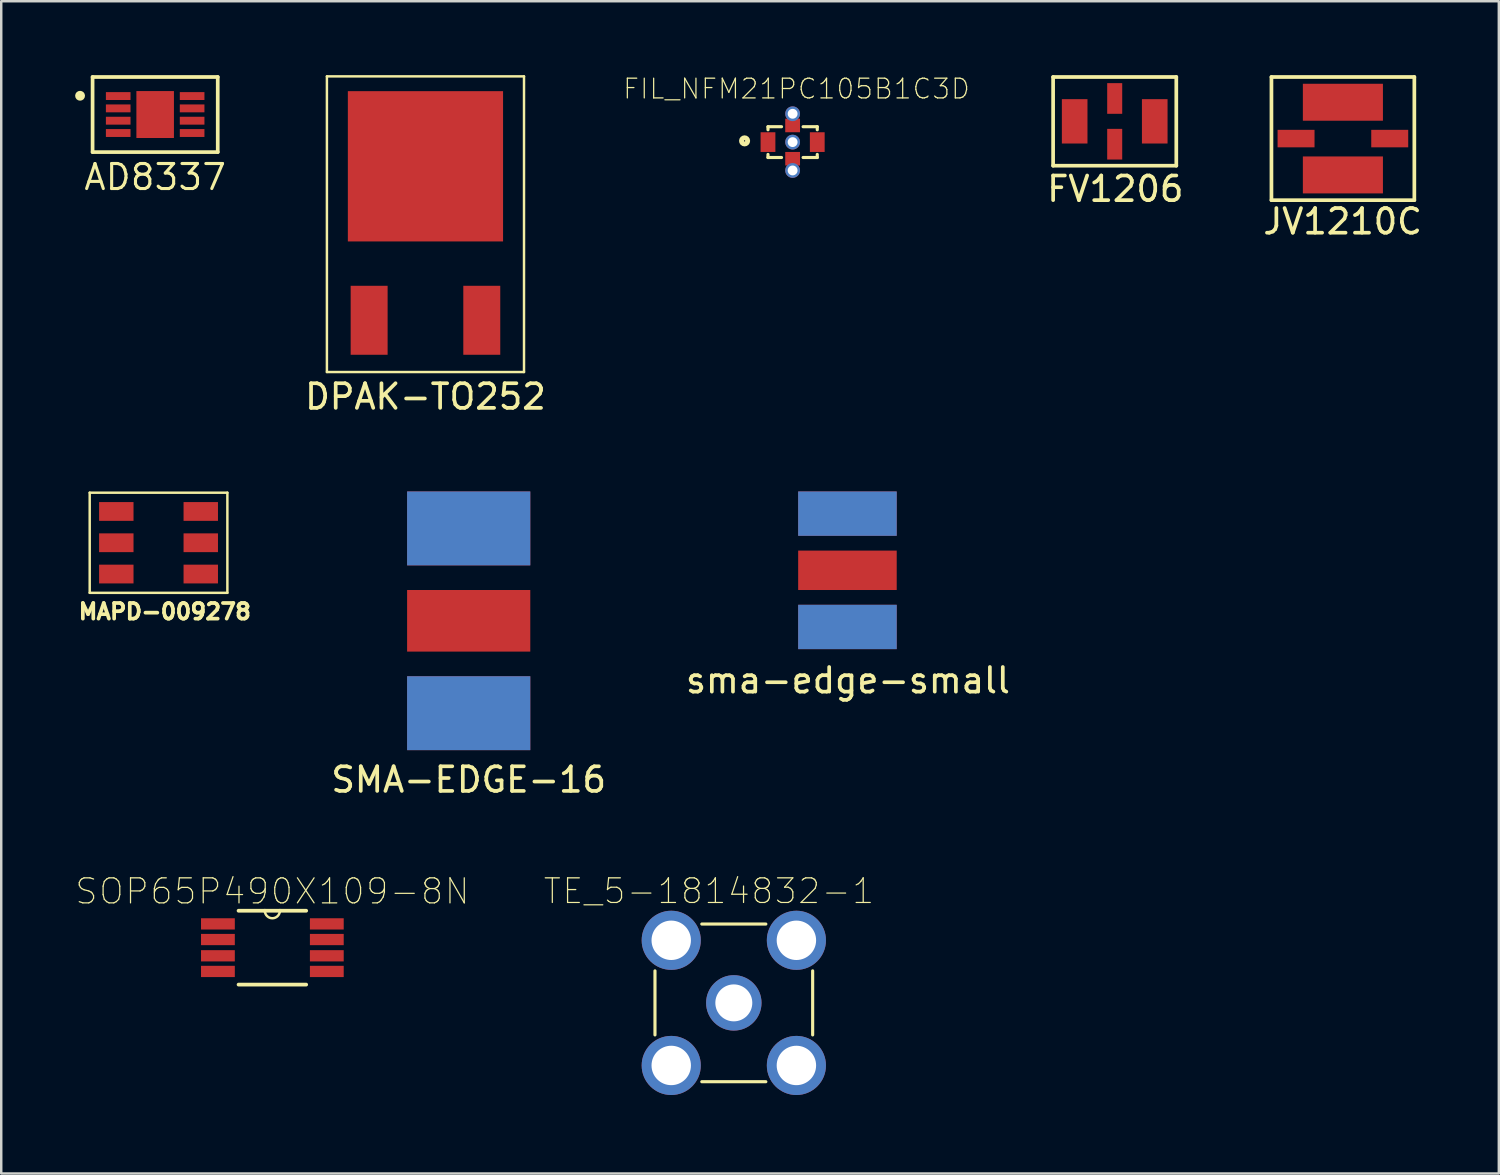
<source format=kicad_pcb>
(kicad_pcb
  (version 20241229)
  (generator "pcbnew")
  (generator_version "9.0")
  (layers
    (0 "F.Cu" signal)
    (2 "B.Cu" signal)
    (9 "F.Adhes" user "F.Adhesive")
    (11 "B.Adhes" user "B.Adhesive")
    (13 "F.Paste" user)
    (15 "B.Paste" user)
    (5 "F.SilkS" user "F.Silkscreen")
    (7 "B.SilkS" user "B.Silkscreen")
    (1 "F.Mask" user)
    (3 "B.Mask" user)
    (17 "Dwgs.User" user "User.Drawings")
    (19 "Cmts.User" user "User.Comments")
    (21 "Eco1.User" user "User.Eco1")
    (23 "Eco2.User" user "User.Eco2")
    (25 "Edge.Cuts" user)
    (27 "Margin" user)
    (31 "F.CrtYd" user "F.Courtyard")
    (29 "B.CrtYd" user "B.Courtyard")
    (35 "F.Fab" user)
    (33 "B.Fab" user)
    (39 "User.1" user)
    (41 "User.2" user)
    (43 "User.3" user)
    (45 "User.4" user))
  (footprint "AD8337"
    (layer "F.Cu")
    (at 3.248 1.599)
    (property "Reference" "AD8337" (at 0 2.54 0) (layer "F.SilkS") (effects (font (size 1.016 1.016) (thickness 0.125))))
    (attr through_hole)
    (fp_line (start -2.54 -1.524) (end 2.54 -1.524) (stroke (width 0.15) (type solid)) (layer "F.SilkS"))
    (fp_line (start -2.54 1.524) (end -2.54 -1.524) (stroke (width 0.15) (type solid)) (layer "F.SilkS"))
    (fp_line (start 2.54 -1.524) (end 2.54 1.524) (stroke (width 0.15) (type solid)) (layer "F.SilkS"))
    (fp_line (start 2.54 1.524) (end -2.54 1.524) (stroke (width 0.15) (type solid)) (layer "F.SilkS"))
    (fp_circle (center -3.048 -0.762) (end -2.948 -0.762) (stroke (width 0.2) (type solid)) (fill no) (layer "F.SilkS"))
    (pad "1" smd rect (at -1.5 -0.75) (size 1 0.32) (layers "F.Cu" "F.Mask" "F.Paste"))
    (pad "2" smd rect (at -1.5 -0.25) (size 1 0.32) (layers "F.Cu" "F.Mask" "F.Paste"))
    (pad "3" smd rect (at -1.5 0.25) (size 1 0.32) (layers "F.Cu" "F.Mask" "F.Paste"))
    (pad "4" smd rect (at -1.5 0.75) (size 1 0.32) (layers "F.Cu" "F.Mask" "F.Paste"))
    (pad "5" smd rect (at 1.5 0.75) (size 1 0.32) (layers "F.Cu" "F.Mask" "F.Paste"))
    (pad "6" smd rect (at 0 0) (size 1.524 1.905) (layers "F.Cu" "F.Mask" "F.Paste"))
    (pad "6" smd rect (at 1.5 0.25) (size 1 0.32) (layers "F.Cu" "F.Mask" "F.Paste"))
    (pad "7" smd rect (at 1.5 -0.25) (size 1 0.32) (layers "F.Cu" "F.Mask" "F.Paste"))
    (pad "8" smd rect (at 1.5 -0.75) (size 1 0.32) (layers "F.Cu" "F.Mask" "F.Paste")))
  (footprint "SOP65P490X109-8N"
    (layer "F.Cu")
    (at 8.005 35.415)
    (property "Reference" "SOP65P490X109-8N" (at 0 -2.286 0) (layer "F.SilkS") (effects (font (size 1.016 1.016) (thickness 0.05))))
    (attr smd)
    (fp_line (start -1.372 1.499) (end 1.372 1.499) (stroke (width 0.152) (type solid)) (layer "F.SilkS"))
    (fp_line (start -0.305 -1.499) (end -1.372 -1.499) (stroke (width 0.152) (type solid)) (layer "F.SilkS"))
    (fp_line (start 0.305 -1.499) (end -0.305 -1.499) (stroke (width 0.152) (type solid)) (layer "F.SilkS"))
    (fp_line (start 1.372 -1.499) (end 0.305 -1.499) (stroke (width 0.152) (type solid)) (layer "F.SilkS"))
    (fp_arc (start 0.3048 -1.4986) (mid 0 -1.1938) (end -0.3048 -1.4986) (stroke (width 0.1) (type solid)) (layer "F.SilkS"))
    (fp_line (start -2.515 -1.168) (end -2.515 -0.787) (stroke (width 0.152) (type solid)) (layer "Eco2.User"))
    (fp_line (start -2.515 -0.787) (end -1.499 -0.787) (stroke (width 0.152) (type solid)) (layer "Eco2.User"))
    (fp_line (start -2.515 -0.533) (end -2.515 -0.127) (stroke (width 0.152) (type solid)) (layer "Eco2.User"))
    (fp_line (start -2.515 -0.127) (end -1.499 -0.127) (stroke (width 0.152) (type solid)) (layer "Eco2.User"))
    (fp_line (start -2.515 0.127) (end -2.515 0.533) (stroke (width 0.152) (type solid)) (layer "Eco2.User"))
    (fp_line (start -2.515 0.533) (end -1.499 0.533) (stroke (width 0.152) (type solid)) (layer "Eco2.User"))
    (fp_line (start -2.515 0.787) (end -2.515 1.168) (stroke (width 0.152) (type solid)) (layer "Eco2.User"))
    (fp_line (start -2.515 1.168) (end -1.499 1.168) (stroke (width 0.152) (type solid)) (layer "Eco2.User"))
    (fp_line (start -1.499 -1.499) (end -1.499 1.499) (stroke (width 0.152) (type solid)) (layer "Eco2.User"))
    (fp_line (start -1.499 -1.168) (end -2.515 -1.168) (stroke (width 0.152) (type solid)) (layer "Eco2.User"))
    (fp_line (start -1.499 -0.787) (end -1.499 -1.168) (stroke (width 0.152) (type solid)) (layer "Eco2.User"))
    (fp_line (start -1.499 -0.533) (end -2.515 -0.533) (stroke (width 0.152) (type solid)) (layer "Eco2.User"))
    (fp_line (start -1.499 -0.127) (end -1.499 -0.533) (stroke (width 0.152) (type solid)) (layer "Eco2.User"))
    (fp_line (start -1.499 0.127) (end -2.515 0.127) (stroke (width 0.152) (type solid)) (layer "Eco2.User"))
    (fp_line (start -1.499 0.533) (end -1.499 0.127) (stroke (width 0.152) (type solid)) (layer "Eco2.User"))
    (fp_line (start -1.499 0.787) (end -2.515 0.787) (stroke (width 0.152) (type solid)) (layer "Eco2.User"))
    (fp_line (start -1.499 1.168) (end -1.499 0.787) (stroke (width 0.152) (type solid)) (layer "Eco2.User"))
    (fp_line (start -1.499 1.499) (end 1.499 1.499) (stroke (width 0.152) (type solid)) (layer "Eco2.User"))
    (fp_line (start -0.305 -1.499) (end -1.499 -1.499) (stroke (width 0.152) (type solid)) (layer "Eco2.User"))
    (fp_line (start 0.305 -1.499) (end -0.305 -1.499) (stroke (width 0.152) (type solid)) (layer "Eco2.User"))
    (fp_line (start 1.499 -1.499) (end 0.305 -1.499) (stroke (width 0.152) (type solid)) (layer "Eco2.User"))
    (fp_line (start 1.499 -1.168) (end 1.499 -0.787) (stroke (width 0.152) (type solid)) (layer "Eco2.User"))
    (fp_line (start 1.499 -0.787) (end 2.515 -0.787) (stroke (width 0.152) (type solid)) (layer "Eco2.User"))
    (fp_line (start 1.499 -0.533) (end 1.499 -0.127) (stroke (width 0.152) (type solid)) (layer "Eco2.User"))
    (fp_line (start 1.499 -0.127) (end 2.515 -0.127) (stroke (width 0.152) (type solid)) (layer "Eco2.User"))
    (fp_line (start 1.499 0.127) (end 1.499 0.533) (stroke (width 0.152) (type solid)) (layer "Eco2.User"))
    (fp_line (start 1.499 0.533) (end 2.515 0.533) (stroke (width 0.152) (type solid)) (layer "Eco2.User"))
    (fp_line (start 1.499 0.787) (end 1.499 1.168) (stroke (width 0.152) (type solid)) (layer "Eco2.User"))
    (fp_line (start 1.499 1.168) (end 2.515 1.168) (stroke (width 0.152) (type solid)) (layer "Eco2.User"))
    (fp_line (start 1.499 1.499) (end 1.499 -1.499) (stroke (width 0.152) (type solid)) (layer "Eco2.User"))
    (fp_line (start 2.515 -1.168) (end 1.499 -1.168) (stroke (width 0.152) (type solid)) (layer "Eco2.User"))
    (fp_line (start 2.515 -0.787) (end 2.515 -1.168) (stroke (width 0.152) (type solid)) (layer "Eco2.User"))
    (fp_line (start 2.515 -0.533) (end 1.499 -0.533) (stroke (width 0.152) (type solid)) (layer "Eco2.User"))
    (fp_line (start 2.515 -0.127) (end 2.515 -0.533) (stroke (width 0.152) (type solid)) (layer "Eco2.User"))
    (fp_line (start 2.515 0.127) (end 1.499 0.127) (stroke (width 0.152) (type solid)) (layer "Eco2.User"))
    (fp_line (start 2.515 0.533) (end 2.515 0.127) (stroke (width 0.152) (type solid)) (layer "Eco2.User"))
    (fp_line (start 2.515 0.787) (end 1.499 0.787) (stroke (width 0.152) (type solid)) (layer "Eco2.User"))
    (fp_line (start 2.515 1.168) (end 2.515 0.787) (stroke (width 0.152) (type solid)) (layer "Eco2.User"))
    (fp_arc (start 0.3048 -1.4986) (mid 0 -1.1938) (end -0.3048 -1.4986) (stroke (width 0.1) (type solid)) (layer "Eco2.User"))
    (pad "1" smd rect (at -2.21 -0.965) (size 1.372 0.457) (layers "F.Cu" "F.Mask" "F.Paste"))
    (pad "2" smd rect (at -2.21 -0.33) (size 1.372 0.457) (layers "F.Cu" "F.Mask" "F.Paste"))
    (pad "3" smd rect (at -2.21 0.33) (size 1.372 0.457) (layers "F.Cu" "F.Mask" "F.Paste"))
    (pad "4" smd rect (at -2.21 0.965) (size 1.372 0.457) (layers "F.Cu" "F.Mask" "F.Paste"))
    (pad "5" smd rect (at 2.21 0.965) (size 1.372 0.457) (layers "F.Cu" "F.Mask" "F.Paste"))
    (pad "6" smd rect (at 2.21 0.33) (size 1.372 0.457) (layers "F.Cu" "F.Mask" "F.Paste"))
    (pad "7" smd rect (at 2.21 -0.33) (size 1.372 0.457) (layers "F.Cu" "F.Mask" "F.Paste"))
    (pad "8" smd rect (at 2.21 -0.965) (size 1.372 0.457) (layers "F.Cu" "F.Mask" "F.Paste")))
  (footprint "sma-edge-small"
    (layer "F.Cu")
    (at 31.347 20.098)
    (property "Reference" "sma-edge-small" (at 0.02 4.47 0) (layer "F.SilkS") (effects (font (size 1 1) (thickness 0.15))))
    (attr through_hole)
    (pad "1" smd rect (at 0 0) (size 4 1.6) (layers "F.Cu" "F.Mask"))
    (pad "2" smd rect (at 0 -3.2) (size 4 1.8) (drill (offset 0 0.9)) (layers "F.Cu" "F.Mask"))
    (pad "2" smd rect (at 0 -3.2) (size 4 1.8) (drill (offset 0 0.9)) (layers "B.Cu" "B.Mask"))
    (pad "2" smd rect (at 0 3.2) (size 4 1.8) (drill (offset 0 -0.9)) (layers "F.Cu" "F.Mask"))
    (pad "2" smd rect (at 0 3.2) (size 4 1.8) (drill (offset 0 -0.9)) (layers "B.Cu" "B.Mask")))
  (footprint "TE_5-1814832-1"
    (layer "F.Cu")
    (at 26.735 37.656)
    (property "Reference" "TE_5-1814832-1" (at -1.01 -4.536 0) (layer "F.SilkS") (effects (font (size 1 1) (thickness 0.05))))
    (attr through_hole)
    (fp_line (start -3.2 1.3) (end -3.2 -1.3) (stroke (width 0.127) (type solid)) (layer "F.SilkS"))
    (fp_line (start -1.3 -3.2) (end 1.3 -3.2) (stroke (width 0.127) (type solid)) (layer "F.SilkS"))
    (fp_line (start 1.3 3.2) (end -1.3 3.2) (stroke (width 0.127) (type solid)) (layer "F.SilkS"))
    (fp_line (start 3.2 1.3) (end 3.2 -1.3) (stroke (width 0.127) (type solid)) (layer "F.SilkS"))
    (fp_line (start -3.9 -3.9) (end 3.9 -3.9) (stroke (width 0.05) (type solid)) (layer "Eco1.User"))
    (fp_line (start -3.9 3.9) (end -3.9 -3.9) (stroke (width 0.05) (type solid)) (layer "Eco1.User"))
    (fp_line (start 3.9 -3.9) (end 3.9 3.9) (stroke (width 0.05) (type solid)) (layer "Eco1.User"))
    (fp_line (start 3.9 3.9) (end -3.9 3.9) (stroke (width 0.05) (type solid)) (layer "Eco1.User"))
    (fp_line (start -3.2 -3.2) (end 3.2 -3.2) (stroke (width 0.127) (type solid)) (layer "Eco2.User"))
    (fp_line (start -3.2 3.2) (end -3.2 -3.2) (stroke (width 0.127) (type solid)) (layer "Eco2.User"))
    (fp_line (start 3.2 -3.2) (end 3.2 3.2) (stroke (width 0.127) (type solid)) (layer "Eco2.User"))
    (fp_line (start 3.2 3.2) (end -3.2 3.2) (stroke (width 0.127) (type solid)) (layer "Eco2.User"))
    (pad "1" thru_hole circle (at 0 0) (size 2.25 2.25) (drill 1.5) (layers "*.Cu" "*.Mask"))
    (pad "2" thru_hole circle (at -2.54 -2.54) (size 2.4 2.4) (drill 1.6) (layers "*.Cu" "*.Mask"))
    (pad "2" thru_hole circle (at -2.54 2.54) (size 2.4 2.4) (drill 1.6) (layers "*.Cu" "*.Mask"))
    (pad "2" thru_hole circle (at 2.54 -2.54) (size 2.4 2.4) (drill 1.6) (layers "*.Cu" "*.Mask"))
    (pad "2" thru_hole circle (at 2.54 2.54) (size 2.4 2.4) (drill 1.6) (layers "*.Cu" "*.Mask")))
  (footprint "FIL_NFM21PC105B1C3D"
    (layer "F.Cu")
    (at 29.122 2.718)
    (property "Reference" "FIL_NFM21PC105B1C3D" (at 0.157 -2.162 0) (layer "F.SilkS") (effects (font (size 0.801 0.801) (thickness 0.05))))
    (attr smd)
    (fp_poly (pts (xy -1.302 -0.4) (xy -0.7 -0.4) (xy -0.7 0.401) (xy -1.302 0.401)) (stroke (width 0) (type solid)) (fill yes) (layer "F.Mask"))
    (fp_poly (pts (xy -0.3 -0.95) (xy 0.3 -0.95) (xy 0.3 -0.4) (xy -0.3 -0.4)) (stroke (width 0) (type solid)) (fill yes) (layer "F.Mask"))
    (fp_poly (pts (xy -0.3 0.4) (xy 0.3 0.4) (xy 0.3 0.951) (xy -0.3 0.951)) (stroke (width 0) (type solid)) (fill yes) (layer "F.Mask"))
    (fp_poly (pts (xy 0.701 -0.4) (xy 1.3 -0.4) (xy 1.3 0.4) (xy 0.701 0.4)) (stroke (width 0) (type solid)) (fill yes) (layer "F.Mask"))
    (fp_line (start -1 -0.625) (end -0.45 -0.625) (stroke (width 0.127) (type solid)) (layer "F.SilkS"))
    (fp_line (start -1 -0.5) (end -1 -0.625) (stroke (width 0.127) (type solid)) (layer "F.SilkS"))
    (fp_line (start -1 0.5) (end -1 0.625) (stroke (width 0.127) (type solid)) (layer "F.SilkS"))
    (fp_line (start -1 0.625) (end -0.45 0.625) (stroke (width 0.127) (type solid)) (layer "F.SilkS"))
    (fp_line (start 0.425 -0.625) (end 1 -0.625) (stroke (width 0.127) (type solid)) (layer "F.SilkS"))
    (fp_line (start 0.425 0.625) (end 1 0.625) (stroke (width 0.127) (type solid)) (layer "F.SilkS"))
    (fp_line (start 1 -0.625) (end 1 -0.5) (stroke (width 0.127) (type solid)) (layer "F.SilkS"))
    (fp_line (start 1 0.625) (end 1 0.5) (stroke (width 0.127) (type solid)) (layer "F.SilkS"))
    (fp_circle (center -1.95 -0.05) (end -1.825 -0.05) (stroke (width 0.2) (type solid)) (fill no) (layer "F.SilkS"))
    (fp_line (start -1.55 -0.925) (end -0.55 -0.925) (stroke (width 0.05) (type solid)) (layer "Eco1.User"))
    (fp_line (start -1.55 0.975) (end -1.55 -0.925) (stroke (width 0.05) (type solid)) (layer "Eco1.User"))
    (fp_line (start -0.55 -1.7) (end 0.55 -1.7) (stroke (width 0.05) (type solid)) (layer "Eco1.User"))
    (fp_line (start -0.55 -0.925) (end -0.55 -1.7) (stroke (width 0.05) (type solid)) (layer "Eco1.User"))
    (fp_line (start -0.55 0.975) (end -1.55 0.975) (stroke (width 0.05) (type solid)) (layer "Eco1.User"))
    (fp_line (start -0.55 1.7) (end -0.55 0.975) (stroke (width 0.05) (type solid)) (layer "Eco1.User"))
    (fp_line (start 0.55 -1.7) (end 0.55 -0.95) (stroke (width 0.05) (type solid)) (layer "Eco1.User"))
    (fp_line (start 0.55 -0.95) (end 1.55 -0.95) (stroke (width 0.05) (type solid)) (layer "Eco1.User"))
    (fp_line (start 0.55 0.925) (end 0.55 1.7) (stroke (width 0.05) (type solid)) (layer "Eco1.User"))
    (fp_line (start 0.55 1.7) (end -0.55 1.7) (stroke (width 0.05) (type solid)) (layer "Eco1.User"))
    (fp_line (start 1.55 -0.95) (end 1.55 0.925) (stroke (width 0.05) (type solid)) (layer "Eco1.User"))
    (fp_line (start 1.55 0.925) (end 0.55 0.925) (stroke (width 0.05) (type solid)) (layer "Eco1.User"))
    (fp_line (start -1 -0.625) (end -1 0.625) (stroke (width 0.127) (type solid)) (layer "Eco2.User"))
    (fp_line (start -1 0.625) (end 1 0.625) (stroke (width 0.127) (type solid)) (layer "Eco2.User"))
    (fp_line (start 1 -0.625) (end -1 -0.625) (stroke (width 0.127) (type solid)) (layer "Eco2.User"))
    (fp_line (start 1 0.625) (end 1 -0.625) (stroke (width 0.127) (type solid)) (layer "Eco2.User"))
    (pad "1" smd rect (at -1 0) (size 0.6 0.8) (layers "F.Cu" "F.Mask" "F.Paste"))
    (pad "2_1" thru_hole circle (at 0 -1.15) (size 0.6 0.6) (drill 0.4) (layers "*.Cu" "*.Mask"))
    (pad "2_1" smd rect (at 0 -0.675) (size 0.6 0.55) (layers "F.Cu" "F.Mask" "F.Paste"))
    (pad "2_1" thru_hole circle (at 0 0) (size 0.6 0.6) (drill 0.4) (layers "*.Cu" "*.Mask"))
    (pad "2_2" smd rect (at 0 0.675) (size 0.6 0.55) (layers "F.Cu" "F.Mask" "F.Paste"))
    (pad "2_2" thru_hole circle (at 0 1.15) (size 0.6 0.6) (drill 0.4) (layers "*.Cu" "*.Mask"))
    (pad "3" smd rect (at 1 0) (size 0.6 0.8) (layers "F.Cu" "F.Mask" "F.Paste")))
  (footprint "DPAK-TO252"
    (layer "F.Cu")
    (at 14.219 8.55)
    (property "Reference" "DPAK-TO252" (at 0 4.5 0) (layer "F.SilkS") (effects (font (size 1 1) (thickness 0.15))))
    (attr through_hole)
    (fp_line (start -4 -8.5) (end 4 -8.5) (stroke (width 0.1) (type solid)) (layer "F.SilkS"))
    (fp_line (start -4 3.5) (end -4 -8.5) (stroke (width 0.1) (type solid)) (layer "F.SilkS"))
    (fp_line (start 4 -8.5) (end 4 3.5) (stroke (width 0.1) (type solid)) (layer "F.SilkS"))
    (fp_line (start 4 3.5) (end -4 3.5) (stroke (width 0.1) (type solid)) (layer "F.SilkS"))
    (pad "1" smd rect (at -2.286 1.4) (size 1.5 2.8) (layers "F.Cu" "F.Mask" "F.Paste"))
    (pad "3" smd rect (at 2.286 1.4) (size 1.5 2.8) (layers "F.Cu" "F.Mask" "F.Paste"))
    (pad "4" smd rect (at 0 -4.85) (size 6.3 6.1) (layers "F.Cu" "F.Mask" "F.Paste")))
  (footprint "SMA-EDGE-16"
    (layer "F.Cu")
    (at 15.974 27.398)
    (property "Reference" "SMA-EDGE-16" (at 0 1.2 0) (layer "F.SilkS") (effects (font (size 1 1) (thickness 0.15))))
    (attr through_hole)
    (pad "1" smd rect (at 0 -5.25) (size 5 2.5) (layers "F.Cu" "F.Mask" "F.Paste"))
    (pad "2" smd rect (at 0 -7.5) (size 5 3) (drill (offset 0 -1.5)) (layers "F.Cu" "F.Mask" "F.Paste"))
    (pad "2" smd rect (at 0 -7.5) (size 5 3) (drill (offset 0 -1.5)) (layers "B.Cu" "B.Mask" "B.Paste"))
    (pad "2" smd rect (at 0 -1.5) (size 5 3) (layers "F.Cu" "F.Mask" "F.Paste"))
    (pad "2" smd rect (at 0 0) (size 5 3) (drill (offset 0 -1.5)) (layers "B.Cu" "B.Mask" "B.Paste")))
  (footprint "JV1210C"
    (layer "F.Cu")
    (at 51.457 2.575)
    (property "Reference" "JV1210C" (at -0.01 3.365 0) (layer "F.SilkS") (effects (font (size 1 1) (thickness 0.15))))
    (attr through_hole)
    (fp_line (start -2.9 -2.5) (end 2.9 -2.5) (stroke (width 0.15) (type solid)) (layer "F.SilkS"))
    (fp_line (start -2.9 2.5) (end -2.9 -2.5) (stroke (width 0.15) (type solid)) (layer "F.SilkS"))
    (fp_line (start 2.9 -2.5) (end 2.9 2.5) (stroke (width 0.15) (type solid)) (layer "F.SilkS"))
    (fp_line (start 2.9 2.5) (end -2.9 2.5) (stroke (width 0.15) (type solid)) (layer "F.SilkS"))
    (pad "1" smd rect (at -1.151 0) (size 1.5 0.71) (drill (offset -0.75 0)) (layers "F.Cu" "F.Mask" "F.Paste"))
    (pad "2" smd rect (at 0 0.725) (size 3.25 1.5) (drill (offset 0 0.75)) (layers "F.Cu" "F.Mask" "F.Paste"))
    (pad "3" smd rect (at 1.151 0) (size 1.5 0.71) (drill (offset 0.75 0)) (layers "F.Cu" "F.Mask" "F.Paste"))
    (pad "4" smd rect (at 0 -0.725) (size 3.25 1.5) (drill (offset 0 -0.75)) (layers "F.Cu" "F.Mask" "F.Paste")))
  (footprint "FV1206"
    (layer "F.Cu")
    (at 42.195 1.875)
    (property "Reference" "FV1206" (at 0.025 2.743 0) (layer "F.SilkS") (effects (font (size 1 1) (thickness 0.15))))
    (attr smd)
    (fp_line (start -2.5 -1.8) (end 2.5 -1.8) (stroke (width 0.15) (type solid)) (layer "F.SilkS"))
    (fp_line (start -2.5 1.8) (end -2.5 -1.8) (stroke (width 0.15) (type solid)) (layer "F.SilkS"))
    (fp_line (start 2.5 -1.8) (end 2.5 1.8) (stroke (width 0.15) (type solid)) (layer "F.SilkS"))
    (fp_line (start 2.5 1.8) (end -2.5 1.8) (stroke (width 0.15) (type solid)) (layer "F.SilkS"))
    (pad "1" smd rect (at -1.625 0) (size 1.04 1.8) (layers "F.Cu" "F.Mask" "F.Paste"))
    (pad "2" smd rect (at 0 0.305) (size 0.61 1.245) (drill (offset 0 0.623)) (layers "F.Cu" "F.Mask" "F.Paste"))
    (pad "3" smd rect (at 1.625 0) (size 1.04 1.8) (layers "F.Cu" "F.Mask" "F.Paste"))
    (pad "4" smd rect (at 0 -0.305) (size 0.61 1.245) (drill (offset 0 -0.623)) (layers "F.Cu" "F.Mask" "F.Paste")))
  (footprint "MAPD-009278"
    (layer "F.Cu")
    (at 3.385 18.98)
    (property "Reference" "MAPD-009278" (at 0.254 2.794 0) (layer "F.SilkS") (effects (font (size 0.635 0.635) (thickness 0.15))))
    (attr through_hole)
    (fp_line (start -2.794 -2.032) (end 2.794 -2.032) (stroke (width 0.1) (type solid)) (layer "F.SilkS"))
    (fp_line (start -2.794 2.032) (end -2.794 -2.032) (stroke (width 0.1) (type solid)) (layer "F.SilkS"))
    (fp_line (start 2.794 -2.032) (end 2.794 2.032) (stroke (width 0.1) (type solid)) (layer "F.SilkS"))
    (fp_line (start 2.794 2.032) (end -2.794 2.032) (stroke (width 0.1) (type solid)) (layer "F.SilkS"))
    (pad "1" smd rect (at -1.714 -1.27) (size 1.397 0.762) (layers "F.Cu" "F.Mask" "F.Paste"))
    (pad "2" smd rect (at -1.714 0) (size 1.397 0.762) (layers "F.Cu" "F.Mask" "F.Paste"))
    (pad "3" smd rect (at -1.714 1.27) (size 1.397 0.762) (layers "F.Cu" "F.Mask" "F.Paste"))
    (pad "4" smd rect (at 1.714 1.27) (size 1.397 0.762) (layers "F.Cu" "F.Mask" "F.Paste"))
    (pad "5" smd rect (at 1.714 0) (size 1.397 0.762) (layers "F.Cu" "F.Mask" "F.Paste"))
    (pad "6" smd rect (at 1.714 -1.27) (size 1.397 0.762) (layers "F.Cu" "F.Mask" "F.Paste")))
  (gr_rect
    (start -3 -3)
    (end 57.786 44.581)
    (stroke (width 0.1) (type default))
    (fill no)
    (layer "Edge.Cuts")))
</source>
